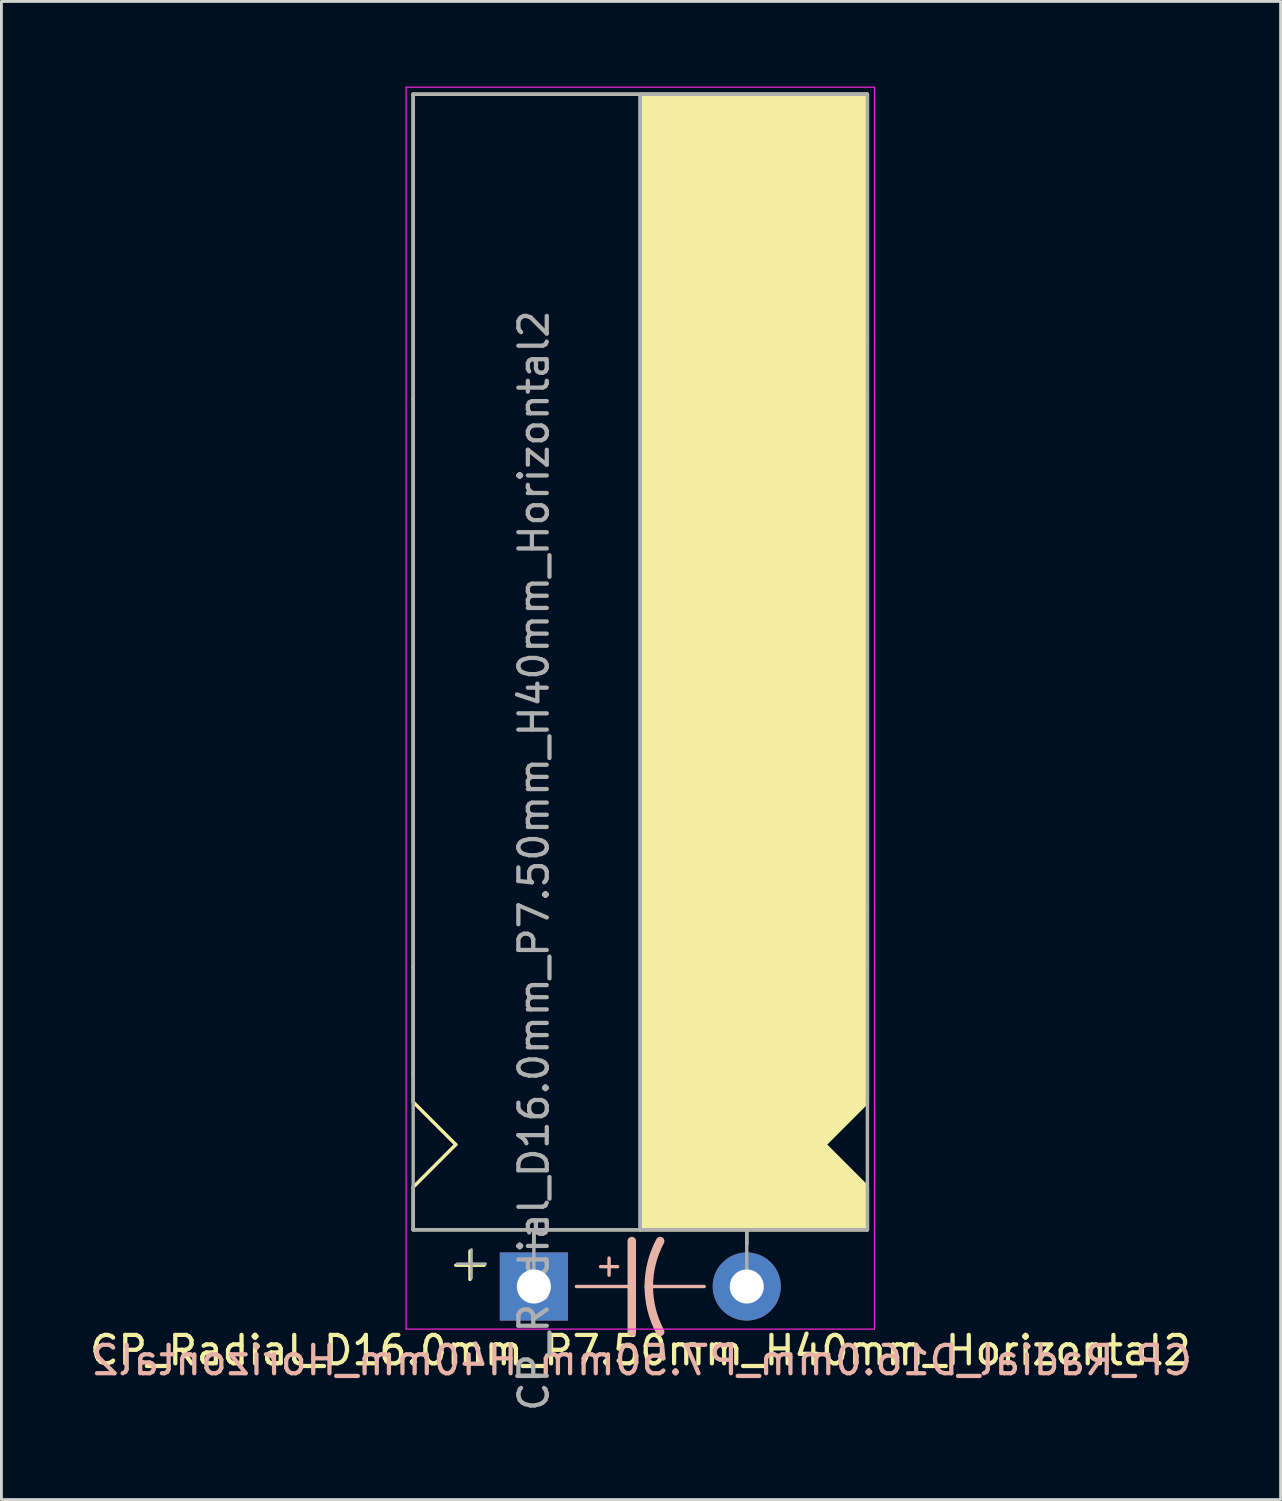
<source format=kicad_pcb>
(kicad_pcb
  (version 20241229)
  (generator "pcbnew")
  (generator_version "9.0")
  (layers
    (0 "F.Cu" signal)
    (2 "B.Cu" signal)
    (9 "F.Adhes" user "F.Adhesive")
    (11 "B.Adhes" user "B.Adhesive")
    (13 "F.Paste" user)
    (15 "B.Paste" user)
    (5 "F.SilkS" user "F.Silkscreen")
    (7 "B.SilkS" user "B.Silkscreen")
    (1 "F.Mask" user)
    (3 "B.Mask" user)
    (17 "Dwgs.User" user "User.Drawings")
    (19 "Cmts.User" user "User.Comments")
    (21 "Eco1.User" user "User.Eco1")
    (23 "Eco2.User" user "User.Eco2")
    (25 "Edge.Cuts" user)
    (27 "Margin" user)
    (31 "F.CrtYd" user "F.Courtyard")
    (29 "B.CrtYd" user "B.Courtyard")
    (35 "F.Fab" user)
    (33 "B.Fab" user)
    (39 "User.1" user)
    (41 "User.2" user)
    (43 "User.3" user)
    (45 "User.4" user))
  (footprint "CP_Radial_D16.0mm_P7.50mm_H40mm_Horizontal2"
    (layer "F.Cu")
    (at 15.756 42.27)
    (property "Reference" "CP_Radial_D16.0mm_P7.50mm_H40mm_Horizontal2" (at 3.75 2.25 0) (layer "F.SilkS") (effects (font (size 1 1) (thickness 0.15))))
    (fp_line (start -4.25 -31.25) (end -4.25 -42) (stroke (width 0.12) (type solid)) (layer "F.SilkS"))
    (fp_line (start -4.25 -31.25) (end -4.25 -11.25) (stroke (width 0.12) (type solid)) (layer "F.SilkS"))
    (fp_line (start -4.25 -7.5) (end -4.25 -11.25) (stroke (width 0.12) (type solid)) (layer "F.SilkS"))
    (fp_line (start -4.25 -6.5) (end -4.25 -7.5) (stroke (width 0.12) (type solid)) (layer "F.SilkS"))
    (fp_line (start -4.25 -3.5) (end -2.75 -5) (stroke (width 0.12) (type solid)) (layer "F.SilkS"))
    (fp_line (start -4.25 -2) (end -4.25 -3.5) (stroke (width 0.12) (type solid)) (layer "F.SilkS"))
    (fp_line (start -2.75 -5) (end -4.25 -6.5) (stroke (width 0.12) (type solid)) (layer "F.SilkS"))
    (fp_line (start -2.25 -1.25) (end -2.25 -0.25) (stroke (width 0.12) (type solid)) (layer "F.SilkS"))
    (fp_line (start -1.75 -0.75) (end -2.75 -0.75) (stroke (width 0.12) (type solid)) (layer "F.SilkS"))
    (fp_line (start 0 -1.5) (end 0 -2) (stroke (width 0.12) (type solid)) (layer "F.SilkS"))
    (fp_line (start 3.75 -2) (end -4.25 -2) (stroke (width 0.12) (type solid)) (layer "F.SilkS"))
    (fp_line (start 3.75 -2) (end 3.75 -42) (stroke (width 0.12) (type solid)) (layer "F.SilkS"))
    (fp_line (start 3.75 -2) (end 11.75 -2) (stroke (width 0.12) (type solid)) (layer "F.SilkS"))
    (fp_line (start 7.5 -1.5) (end 7.5 -2) (stroke (width 0.12) (type solid)) (layer "F.SilkS"))
    (fp_line (start 10.25 -5) (end 11.75 -6.5) (stroke (width 0.12) (type solid)) (layer "F.SilkS"))
    (fp_line (start 11 -31.25) (end 11.75 -31.25) (stroke (width 0.12) (type solid)) (layer "F.SilkS"))
    (fp_line (start 11 -11.25) (end 11.75 -11.25) (stroke (width 0.12) (type solid)) (layer "F.SilkS"))
    (fp_line (start 11.75 -42) (end -4.25 -42) (stroke (width 0.12) (type solid)) (layer "F.SilkS"))
    (fp_line (start 11.75 -42) (end 11.75 -33.25) (stroke (width 0.12) (type solid)) (layer "F.SilkS"))
    (fp_line (start 11.75 -33.25) (end 11 -33.25) (stroke (width 0.12) (type solid)) (layer "F.SilkS"))
    (fp_line (start 11.75 -33.25) (end 11.75 -31.25) (stroke (width 0.12) (type solid)) (layer "F.SilkS"))
    (fp_line (start 11.75 -13.25) (end 11 -13.25) (stroke (width 0.12) (type solid)) (layer "F.SilkS"))
    (fp_line (start 11.75 -13.25) (end 11.75 -31.25) (stroke (width 0.12) (type solid)) (layer "F.SilkS"))
    (fp_line (start 11.75 -13.25) (end 11.75 -11.25) (stroke (width 0.12) (type solid)) (layer "F.SilkS"))
    (fp_line (start 11.75 -11.25) (end 11.75 -6.5) (stroke (width 0.12) (type solid)) (layer "F.SilkS"))
    (fp_line (start 11.75 -3.5) (end 10.25 -5) (stroke (width 0.12) (type solid)) (layer "F.SilkS"))
    (fp_line (start 11.75 -2) (end 11.75 -3.5) (stroke (width 0.12) (type solid)) (layer "F.SilkS"))
    (fp_poly (pts (xy 11.75 -3.5) (xy 10.25 -5) (xy 11.75 -6.5) (xy 11.75 -11.25) (xy 11.748 -11.25) (xy 11.748 -13.25) (xy 11.75 -13.25) (xy 11.75 -31.25) (xy 11.748 -31.25) (xy 11.748 -33.25) (xy 11.75 -33.25) (xy 11.75 -42) (xy 3.75 -42) (xy 3.75 -2) (xy 11.75 -2)) (stroke (width 0.1) (type solid)) (fill yes) (layer "F.SilkS"))
    (fp_line (start 1.5 0) (end 3.45 0) (stroke (width 0.12) (type solid)) (layer "B.SilkS"))
    (fp_line (start 2.35 -0.7) (end 2.95 -0.7) (stroke (width 0.12) (type solid)) (layer "B.SilkS"))
    (fp_line (start 2.65 -0.4) (end 2.65 -1) (stroke (width 0.12) (type solid)) (layer "B.SilkS"))
    (fp_line (start 3.45 0) (end 3.45 -1.6) (stroke (width 0.3) (type solid)) (layer "B.SilkS"))
    (fp_line (start 3.45 0) (end 3.45 1.6) (stroke (width 0.3) (type solid)) (layer "B.SilkS"))
    (fp_line (start 6 0) (end 4.05 0) (stroke (width 0.12) (type solid)) (layer "B.SilkS"))
    (fp_arc (start 4.05 0) (mid 4.150512 -0.824872) (end 4.45 -1.6) (stroke (width 0.3) (type solid)) (layer "B.SilkS"))
    (fp_arc (start 4.45 1.596157) (mid 4.151652 0.822725) (end 4.05 0) (stroke (width 0.3) (type solid)) (layer "B.SilkS"))
    (fp_line (start -4.5 -42.25) (end -4.5 1.5) (stroke (width 0.04) (type solid)) (layer "F.CrtYd"))
    (fp_line (start -4.5 1.5) (end 12 1.5) (stroke (width 0.04) (type solid)) (layer "F.CrtYd"))
    (fp_line (start 12 -42.25) (end -4.5 -42.25) (stroke (width 0.04) (type solid)) (layer "F.CrtYd"))
    (fp_line (start 12 1.5) (end 12 -42.25) (stroke (width 0.04) (type solid)) (layer "F.CrtYd"))
    (fp_line (start -4.25 -42) (end 11.75 -42) (stroke (width 0.12) (type solid)) (layer "F.Fab"))
    (fp_line (start -4.25 -2) (end -4.25 -42) (stroke (width 0.12) (type solid)) (layer "F.Fab"))
    (fp_line (start -2.7 -0.8) (end -1.7 -0.8) (stroke (width 0.1) (type solid)) (layer "F.Fab"))
    (fp_line (start -2.2 -0.3) (end -2.2 -1.3) (stroke (width 0.1) (type solid)) (layer "F.Fab"))
    (fp_line (start 0 -2) (end -4.25 -2) (stroke (width 0.12) (type solid)) (layer "F.Fab"))
    (fp_line (start 0 0) (end 0 -2) (stroke (width 0.12) (type solid)) (layer "F.Fab"))
    (fp_line (start 3.75 -2) (end 3.75 -42) (stroke (width 0.12) (type solid)) (layer "F.Fab"))
    (fp_line (start 7.5 0) (end 7.5 -2) (stroke (width 0.12) (type solid)) (layer "F.Fab"))
    (fp_line (start 11.75 -42) (end 11.75 -2) (stroke (width 0.12) (type solid)) (layer "F.Fab"))
    (fp_line (start 11.75 -2) (end 0 -2) (stroke (width 0.12) (type solid)) (layer "F.Fab"))
    (fp_poly (pts (xy 11.75 -42) (xy 3.75 -42) (xy 3.75 -2) (xy 11.75 -2)) (stroke (width 0.1) (type solid)) (fill no) (layer "F.Fab"))
    (fp_text user "${REFERENCE}" (at 3.8 2.6 0) (layer "B.SilkS") (effects (font (size 1 1) (thickness 0.15)) (justify mirror)))
    (fp_text user "${REFERENCE}" (at 0 -15 90) (layer "F.Fab") (effects (font (size 1 1) (thickness 0.15))))
    (pad "1" thru_hole rect (at 0 0) (size 2.4 2.4) (drill 1.2) (layers "*.Cu" "*.Mask"))
    (pad "2" thru_hole circle (at 7.5 0) (size 2.4 2.4) (drill 1.2) (layers "*.Cu" "*.Mask")))
  (gr_rect
    (start -3 -3)
    (end 42.062 49.776)
    (stroke (width 0.1) (type default))
    (fill no)
    (layer "Edge.Cuts")))
</source>
